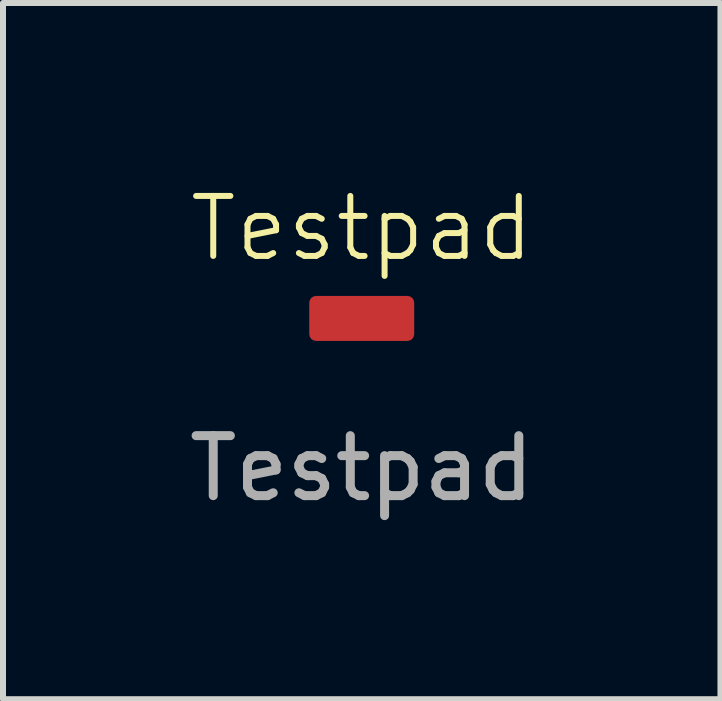
<source format=kicad_pcb>
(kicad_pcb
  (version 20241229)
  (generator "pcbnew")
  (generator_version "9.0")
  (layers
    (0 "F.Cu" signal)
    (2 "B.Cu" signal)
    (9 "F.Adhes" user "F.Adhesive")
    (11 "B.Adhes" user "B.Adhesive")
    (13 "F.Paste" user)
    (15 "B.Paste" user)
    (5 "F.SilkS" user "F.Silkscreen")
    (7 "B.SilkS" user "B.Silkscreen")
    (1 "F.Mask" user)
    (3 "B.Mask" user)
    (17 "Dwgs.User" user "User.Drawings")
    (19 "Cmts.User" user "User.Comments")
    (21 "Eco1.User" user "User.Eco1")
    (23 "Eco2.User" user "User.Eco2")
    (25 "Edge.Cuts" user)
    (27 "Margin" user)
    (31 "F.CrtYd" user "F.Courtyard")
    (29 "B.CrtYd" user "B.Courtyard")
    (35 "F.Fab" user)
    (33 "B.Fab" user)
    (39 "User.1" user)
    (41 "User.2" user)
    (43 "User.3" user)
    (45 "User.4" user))
  (footprint "Testpad"
    (layer "F.Cu")
    (at 2.982 2.26)
    (property "Reference" "Testpad" (at 0 -1.5 0) (unlocked yes) (layer "F.SilkS") (effects (font (size 1 1) (thickness 0.1))))
    (attr through_hole)
    (fp_text user "${REFERENCE}" (at 0 2.5 0) (unlocked yes) (layer "F.Fab") (effects (font (size 1 1) (thickness 0.15))))
    (pad "1" smd roundrect (at 0 0) (size 1.75 0.75) (layers "F.Cu" "F.Mask" "F.Paste") (roundrect_rratio 0.15)))
  (gr_rect
    (start -3 -3)
    (end 8.964 8.609)
    (stroke (width 0.1) (type default))
    (fill no)
    (layer "Edge.Cuts")))
</source>
